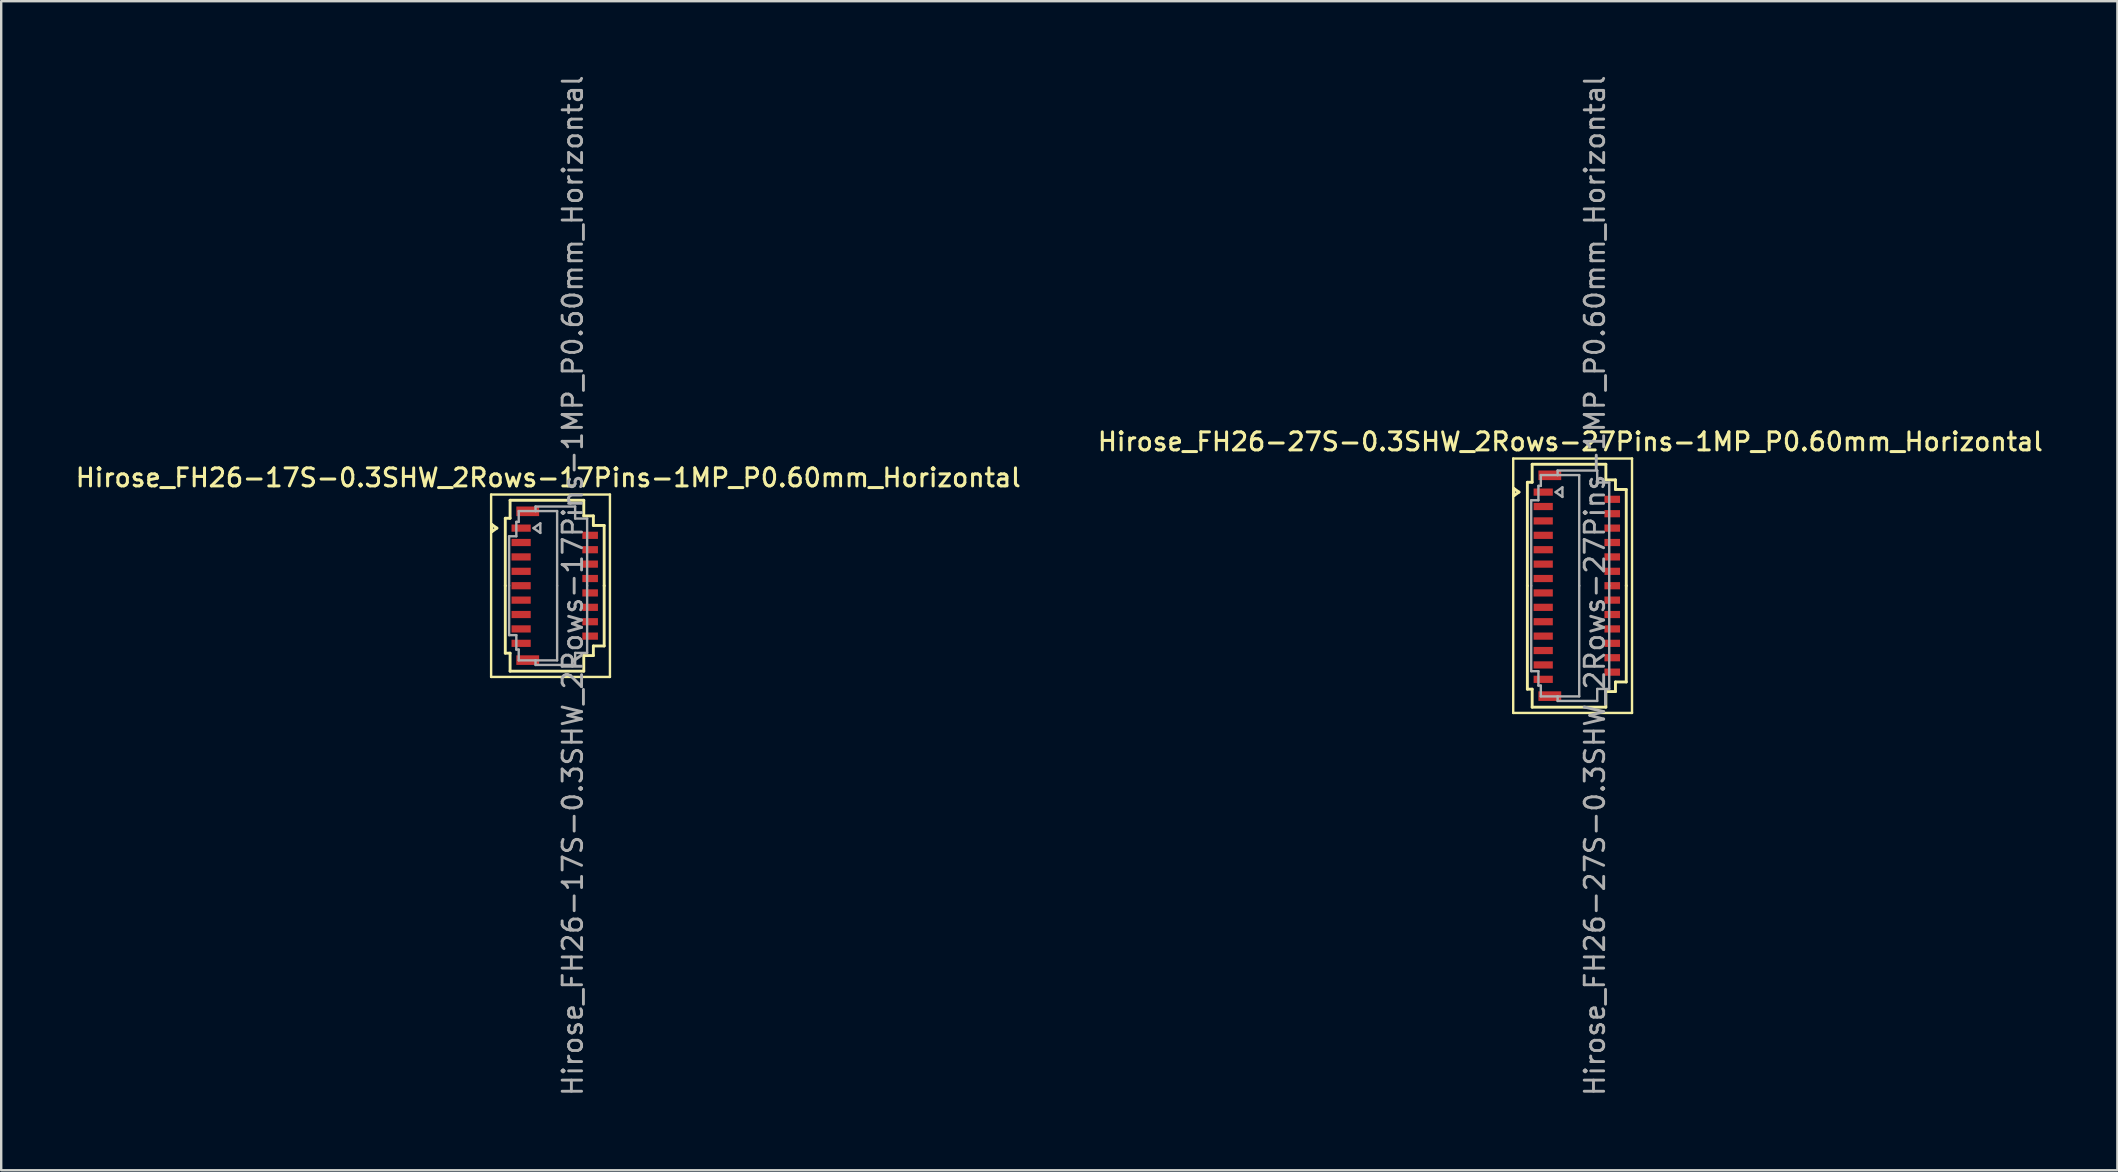
<source format=kicad_pcb>
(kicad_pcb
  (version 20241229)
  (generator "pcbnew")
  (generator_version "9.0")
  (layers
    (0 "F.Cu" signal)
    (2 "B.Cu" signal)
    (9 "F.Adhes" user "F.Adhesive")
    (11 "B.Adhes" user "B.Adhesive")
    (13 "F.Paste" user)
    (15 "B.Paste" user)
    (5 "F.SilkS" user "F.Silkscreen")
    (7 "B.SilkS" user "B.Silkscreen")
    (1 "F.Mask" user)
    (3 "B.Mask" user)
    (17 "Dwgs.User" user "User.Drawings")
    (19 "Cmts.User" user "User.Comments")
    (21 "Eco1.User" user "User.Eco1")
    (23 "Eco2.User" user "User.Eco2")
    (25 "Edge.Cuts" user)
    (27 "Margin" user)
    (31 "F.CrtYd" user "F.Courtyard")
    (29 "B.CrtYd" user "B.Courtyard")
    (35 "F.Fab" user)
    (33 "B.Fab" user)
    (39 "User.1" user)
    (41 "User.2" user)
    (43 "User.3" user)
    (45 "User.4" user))
  (footprint "Hirose_FH26-27S-0.3SHW_2Rows-27Pins-1MP_P0.60mm_Horizontal"
    (layer "F.Cu")
    (at 62.643 21.352)
    (property "Reference" "Hirose_FH26-27S-0.3SHW_2Rows-27Pins-1MP_P0.60mm_Horizontal" (at -0.27 -6 0) (layer "F.SilkS") (effects (font (size 0.75 0.75) (thickness 0.125))))
    (attr smd)
    (fp_line (start -2.65 -5.3) (end -2.65 5.3) (stroke (width 0.1) (type solid)) (layer "F.SilkS"))
    (fp_line (start -2.65 5.3) (end 2.3 5.3) (stroke (width 0.1) (type solid)) (layer "F.SilkS"))
    (fp_line (start -2.622 -4.05) (end -2.41 -3.9) (stroke (width 0.12) (type solid)) (layer "F.SilkS"))
    (fp_line (start -2.622 -3.75) (end -2.622 -4.05) (stroke (width 0.12) (type solid)) (layer "F.SilkS"))
    (fp_line (start -2.41 -3.9) (end -2.622 -3.75) (stroke (width 0.12) (type solid)) (layer "F.SilkS"))
    (fp_line (start -2.06 -4.31) (end -2.06 0) (stroke (width 0.12) (type solid)) (layer "F.SilkS"))
    (fp_line (start -2.06 4.31) (end -2.06 0) (stroke (width 0.12) (type solid)) (layer "F.SilkS"))
    (fp_line (start -1.86 -5.06) (end -1.86 -4.31) (stroke (width 0.12) (type solid)) (layer "F.SilkS"))
    (fp_line (start -1.86 -4.31) (end -2.06 -4.31) (stroke (width 0.12) (type solid)) (layer "F.SilkS"))
    (fp_line (start -1.86 4.31) (end -2.06 4.31) (stroke (width 0.12) (type solid)) (layer "F.SilkS"))
    (fp_line (start -1.86 5.06) (end -1.86 4.31) (stroke (width 0.12) (type solid)) (layer "F.SilkS"))
    (fp_line (start 1.21 -5.06) (end -1.86 -5.06) (stroke (width 0.12) (type solid)) (layer "F.SilkS"))
    (fp_line (start 1.21 -4.41) (end 1.21 -5.06) (stroke (width 0.12) (type solid)) (layer "F.SilkS"))
    (fp_line (start 1.21 4.41) (end 1.21 5.06) (stroke (width 0.12) (type solid)) (layer "F.SilkS"))
    (fp_line (start 1.21 5.06) (end -1.86 5.06) (stroke (width 0.12) (type solid)) (layer "F.SilkS"))
    (fp_line (start 1.61 -4.41) (end 1.21 -4.41) (stroke (width 0.12) (type solid)) (layer "F.SilkS"))
    (fp_line (start 1.61 -4.01) (end 1.61 -4.41) (stroke (width 0.12) (type solid)) (layer "F.SilkS"))
    (fp_line (start 1.61 4.01) (end 1.61 4.41) (stroke (width 0.12) (type solid)) (layer "F.SilkS"))
    (fp_line (start 1.61 4.41) (end 1.21 4.41) (stroke (width 0.12) (type solid)) (layer "F.SilkS"))
    (fp_line (start 2.06 -4.01) (end 1.61 -4.01) (stroke (width 0.12) (type solid)) (layer "F.SilkS"))
    (fp_line (start 2.06 0) (end 2.06 -4.01) (stroke (width 0.12) (type solid)) (layer "F.SilkS"))
    (fp_line (start 2.06 0) (end 2.06 4.01) (stroke (width 0.12) (type solid)) (layer "F.SilkS"))
    (fp_line (start 2.06 4.01) (end 1.61 4.01) (stroke (width 0.12) (type solid)) (layer "F.SilkS"))
    (fp_line (start 2.3 -5.3) (end -2.65 -5.3) (stroke (width 0.1) (type solid)) (layer "F.SilkS"))
    (fp_line (start 2.3 5.3) (end 2.3 -5.3) (stroke (width 0.1) (type solid)) (layer "F.SilkS"))
    (fp_line (start -1.9 -3.56) (end -1.6 -3.56) (stroke (width 0.1) (type solid)) (layer "F.Fab"))
    (fp_line (start -1.9 0) (end -1.9 -3.56) (stroke (width 0.1) (type solid)) (layer "F.Fab"))
    (fp_line (start -1.9 0) (end -1.9 3.56) (stroke (width 0.1) (type solid)) (layer "F.Fab"))
    (fp_line (start -1.9 3.56) (end -1.6 3.56) (stroke (width 0.1) (type solid)) (layer "F.Fab"))
    (fp_line (start -1.6 -4.16) (end -1.5 -4.16) (stroke (width 0.1) (type solid)) (layer "F.Fab"))
    (fp_line (start -1.6 -3.56) (end -1.6 -4.16) (stroke (width 0.1) (type solid)) (layer "F.Fab"))
    (fp_line (start -1.6 3.56) (end -1.6 4.16) (stroke (width 0.1) (type solid)) (layer "F.Fab"))
    (fp_line (start -1.6 4.16) (end -1.5 4.16) (stroke (width 0.1) (type solid)) (layer "F.Fab"))
    (fp_line (start -1.5 -4.61) (end -0.8 -4.61) (stroke (width 0.1) (type solid)) (layer "F.Fab"))
    (fp_line (start -1.5 -4.16) (end -1.5 -4.61) (stroke (width 0.1) (type solid)) (layer "F.Fab"))
    (fp_line (start -1.5 4.16) (end -1.5 4.61) (stroke (width 0.1) (type solid)) (layer "F.Fab"))
    (fp_line (start -1.5 4.61) (end -0.8 4.61) (stroke (width 0.1) (type solid)) (layer "F.Fab"))
    (fp_line (start -0.883 -3.9) (end -0.6 -3.7) (stroke (width 0.1) (type solid)) (layer "F.Fab"))
    (fp_line (start -0.8 -4.8) (end 0.85 -4.8) (stroke (width 0.1) (type solid)) (layer "F.Fab"))
    (fp_line (start -0.8 -4.61) (end -0.8 -4.8) (stroke (width 0.1) (type solid)) (layer "F.Fab"))
    (fp_line (start -0.8 4.61) (end -0.8 4.8) (stroke (width 0.1) (type solid)) (layer "F.Fab"))
    (fp_line (start -0.8 4.8) (end 0.85 4.8) (stroke (width 0.1) (type solid)) (layer "F.Fab"))
    (fp_line (start -0.6 -4.1) (end -0.883 -3.9) (stroke (width 0.1) (type solid)) (layer "F.Fab"))
    (fp_line (start -0.6 -3.7) (end -0.6 -4.1) (stroke (width 0.1) (type solid)) (layer "F.Fab"))
    (fp_line (start 0.1 -4.61) (end -0.8 -4.61) (stroke (width 0.1) (type solid)) (layer "F.Fab"))
    (fp_line (start 0.1 0) (end 0.1 -4.61) (stroke (width 0.1) (type solid)) (layer "F.Fab"))
    (fp_line (start 0.1 0) (end 0.1 4.61) (stroke (width 0.1) (type solid)) (layer "F.Fab"))
    (fp_line (start 0.1 4.61) (end -0.8 4.61) (stroke (width 0.1) (type solid)) (layer "F.Fab"))
    (fp_line (start 0.85 -4.8) (end 0.85 -4.3) (stroke (width 0.1) (type solid)) (layer "F.Fab"))
    (fp_line (start 0.85 -4.3) (end 1.35 -4.3) (stroke (width 0.1) (type solid)) (layer "F.Fab"))
    (fp_line (start 0.85 4.3) (end 1.35 4.3) (stroke (width 0.1) (type solid)) (layer "F.Fab"))
    (fp_line (start 0.85 4.8) (end 0.85 4.3) (stroke (width 0.1) (type solid)) (layer "F.Fab"))
    (fp_line (start 1.35 -4.3) (end 1.35 0) (stroke (width 0.1) (type solid)) (layer "F.Fab"))
    (fp_line (start 1.35 4.3) (end 1.35 0) (stroke (width 0.1) (type solid)) (layer "F.Fab"))
    (fp_text user "${REFERENCE}" (at 0.75 0 90) (layer "F.Fab") (effects (font (size 0.81 0.81) (thickness 0.12))))
    (pad "1" smd rect (at -1.4 -3.9) (size 0.8 0.3) (layers "F.Cu" "F.Mask" "F.Paste"))
    (pad "2" smd rect (at 1.475 -3.6) (size 0.65 0.3) (layers "F.Cu" "F.Mask" "F.Paste"))
    (pad "3" smd rect (at -1.4 -3.3) (size 0.8 0.3) (layers "F.Cu" "F.Mask" "F.Paste"))
    (pad "4" smd rect (at 1.475 -3) (size 0.65 0.3) (layers "F.Cu" "F.Mask" "F.Paste"))
    (pad "5" smd rect (at -1.4 -2.7) (size 0.8 0.3) (layers "F.Cu" "F.Mask" "F.Paste"))
    (pad "6" smd rect (at 1.475 -2.4) (size 0.65 0.3) (layers "F.Cu" "F.Mask" "F.Paste"))
    (pad "7" smd rect (at -1.4 -2.1) (size 0.8 0.3) (layers "F.Cu" "F.Mask" "F.Paste"))
    (pad "8" smd rect (at 1.475 -1.8) (size 0.65 0.3) (layers "F.Cu" "F.Mask" "F.Paste"))
    (pad "9" smd rect (at -1.4 -1.5) (size 0.8 0.3) (layers "F.Cu" "F.Mask" "F.Paste"))
    (pad "10" smd rect (at 1.475 -1.2) (size 0.65 0.3) (layers "F.Cu" "F.Mask" "F.Paste"))
    (pad "11" smd rect (at -1.4 -0.9) (size 0.8 0.3) (layers "F.Cu" "F.Mask" "F.Paste"))
    (pad "12" smd rect (at 1.475 -0.6) (size 0.65 0.3) (layers "F.Cu" "F.Mask" "F.Paste"))
    (pad "13" smd rect (at -1.4 -0.3) (size 0.8 0.3) (layers "F.Cu" "F.Mask" "F.Paste"))
    (pad "14" smd rect (at 1.475 0) (size 0.65 0.3) (layers "F.Cu" "F.Mask" "F.Paste"))
    (pad "15" smd rect (at -1.4 0.3) (size 0.8 0.3) (layers "F.Cu" "F.Mask" "F.Paste"))
    (pad "16" smd rect (at 1.475 0.6) (size 0.65 0.3) (layers "F.Cu" "F.Mask" "F.Paste"))
    (pad "17" smd rect (at -1.4 0.9) (size 0.8 0.3) (layers "F.Cu" "F.Mask" "F.Paste"))
    (pad "18" smd rect (at 1.475 1.2) (size 0.65 0.3) (layers "F.Cu" "F.Mask" "F.Paste"))
    (pad "19" smd rect (at -1.4 1.5) (size 0.8 0.3) (layers "F.Cu" "F.Mask" "F.Paste"))
    (pad "20" smd rect (at 1.475 1.8) (size 0.65 0.3) (layers "F.Cu" "F.Mask" "F.Paste"))
    (pad "21" smd rect (at -1.4 2.1) (size 0.8 0.3) (layers "F.Cu" "F.Mask" "F.Paste"))
    (pad "22" smd rect (at 1.475 2.4) (size 0.65 0.3) (layers "F.Cu" "F.Mask" "F.Paste"))
    (pad "23" smd rect (at -1.4 2.7) (size 0.8 0.3) (layers "F.Cu" "F.Mask" "F.Paste"))
    (pad "24" smd rect (at 1.475 3) (size 0.65 0.3) (layers "F.Cu" "F.Mask" "F.Paste"))
    (pad "25" smd rect (at -1.4 3.3) (size 0.8 0.3) (layers "F.Cu" "F.Mask" "F.Paste"))
    (pad "26" smd rect (at 1.475 3.6) (size 0.65 0.3) (layers "F.Cu" "F.Mask" "F.Paste"))
    (pad "27" smd rect (at -1.4 3.9) (size 0.8 0.3) (layers "F.Cu" "F.Mask" "F.Paste"))
    (pad "MP" smd rect (at -1.125 -4.6) (size 0.95 0.4) (layers "F.Cu" "F.Mask" "F.Paste"))
    (pad "MP" smd rect (at -1.125 4.6) (size 0.95 0.4) (layers "F.Cu" "F.Mask" "F.Paste")))
  (footprint "Hirose_FH26-17S-0.3SHW_2Rows-17Pins-1MP_P0.60mm_Horizontal"
    (layer "F.Cu")
    (at 20.061 21.352)
    (property "Reference" "Hirose_FH26-17S-0.3SHW_2Rows-17Pins-1MP_P0.60mm_Horizontal" (at -0.27 -4.5 0) (layer "F.SilkS") (effects (font (size 0.75 0.75) (thickness 0.125))))
    (attr smd)
    (fp_line (start -2.65 -3.8) (end -2.65 3.8) (stroke (width 0.1) (type solid)) (layer "F.SilkS"))
    (fp_line (start -2.65 3.8) (end 2.3 3.8) (stroke (width 0.1) (type solid)) (layer "F.SilkS"))
    (fp_line (start -2.622 -2.55) (end -2.41 -2.4) (stroke (width 0.12) (type solid)) (layer "F.SilkS"))
    (fp_line (start -2.622 -2.25) (end -2.622 -2.55) (stroke (width 0.12) (type solid)) (layer "F.SilkS"))
    (fp_line (start -2.41 -2.4) (end -2.622 -2.25) (stroke (width 0.12) (type solid)) (layer "F.SilkS"))
    (fp_line (start -2.06 -2.81) (end -2.06 0) (stroke (width 0.12) (type solid)) (layer "F.SilkS"))
    (fp_line (start -2.06 2.81) (end -2.06 0) (stroke (width 0.12) (type solid)) (layer "F.SilkS"))
    (fp_line (start -1.86 -3.56) (end -1.86 -2.81) (stroke (width 0.12) (type solid)) (layer "F.SilkS"))
    (fp_line (start -1.86 -2.81) (end -2.06 -2.81) (stroke (width 0.12) (type solid)) (layer "F.SilkS"))
    (fp_line (start -1.86 2.81) (end -2.06 2.81) (stroke (width 0.12) (type solid)) (layer "F.SilkS"))
    (fp_line (start -1.86 3.56) (end -1.86 2.81) (stroke (width 0.12) (type solid)) (layer "F.SilkS"))
    (fp_line (start 1.21 -3.56) (end -1.86 -3.56) (stroke (width 0.12) (type solid)) (layer "F.SilkS"))
    (fp_line (start 1.21 -2.91) (end 1.21 -3.56) (stroke (width 0.12) (type solid)) (layer "F.SilkS"))
    (fp_line (start 1.21 2.91) (end 1.21 3.56) (stroke (width 0.12) (type solid)) (layer "F.SilkS"))
    (fp_line (start 1.21 3.56) (end -1.86 3.56) (stroke (width 0.12) (type solid)) (layer "F.SilkS"))
    (fp_line (start 1.61 -2.91) (end 1.21 -2.91) (stroke (width 0.12) (type solid)) (layer "F.SilkS"))
    (fp_line (start 1.61 -2.51) (end 1.61 -2.91) (stroke (width 0.12) (type solid)) (layer "F.SilkS"))
    (fp_line (start 1.61 2.51) (end 1.61 2.91) (stroke (width 0.12) (type solid)) (layer "F.SilkS"))
    (fp_line (start 1.61 2.91) (end 1.21 2.91) (stroke (width 0.12) (type solid)) (layer "F.SilkS"))
    (fp_line (start 2.06 -2.51) (end 1.61 -2.51) (stroke (width 0.12) (type solid)) (layer "F.SilkS"))
    (fp_line (start 2.06 0) (end 2.06 -2.51) (stroke (width 0.12) (type solid)) (layer "F.SilkS"))
    (fp_line (start 2.06 0) (end 2.06 2.51) (stroke (width 0.12) (type solid)) (layer "F.SilkS"))
    (fp_line (start 2.06 2.51) (end 1.61 2.51) (stroke (width 0.12) (type solid)) (layer "F.SilkS"))
    (fp_line (start 2.3 -3.8) (end -2.65 -3.8) (stroke (width 0.1) (type solid)) (layer "F.SilkS"))
    (fp_line (start 2.3 3.8) (end 2.3 -3.8) (stroke (width 0.1) (type solid)) (layer "F.SilkS"))
    (fp_line (start -1.9 -2.06) (end -1.6 -2.06) (stroke (width 0.1) (type solid)) (layer "F.Fab"))
    (fp_line (start -1.9 0) (end -1.9 -2.06) (stroke (width 0.1) (type solid)) (layer "F.Fab"))
    (fp_line (start -1.9 0) (end -1.9 2.06) (stroke (width 0.1) (type solid)) (layer "F.Fab"))
    (fp_line (start -1.9 2.06) (end -1.6 2.06) (stroke (width 0.1) (type solid)) (layer "F.Fab"))
    (fp_line (start -1.6 -2.66) (end -1.5 -2.66) (stroke (width 0.1) (type solid)) (layer "F.Fab"))
    (fp_line (start -1.6 -2.06) (end -1.6 -2.66) (stroke (width 0.1) (type solid)) (layer "F.Fab"))
    (fp_line (start -1.6 2.06) (end -1.6 2.66) (stroke (width 0.1) (type solid)) (layer "F.Fab"))
    (fp_line (start -1.6 2.66) (end -1.5 2.66) (stroke (width 0.1) (type solid)) (layer "F.Fab"))
    (fp_line (start -1.5 -3.11) (end -0.8 -3.11) (stroke (width 0.1) (type solid)) (layer "F.Fab"))
    (fp_line (start -1.5 -2.66) (end -1.5 -3.11) (stroke (width 0.1) (type solid)) (layer "F.Fab"))
    (fp_line (start -1.5 2.66) (end -1.5 3.11) (stroke (width 0.1) (type solid)) (layer "F.Fab"))
    (fp_line (start -1.5 3.11) (end -0.8 3.11) (stroke (width 0.1) (type solid)) (layer "F.Fab"))
    (fp_line (start -0.883 -2.4) (end -0.6 -2.2) (stroke (width 0.1) (type solid)) (layer "F.Fab"))
    (fp_line (start -0.8 -3.3) (end 0.85 -3.3) (stroke (width 0.1) (type solid)) (layer "F.Fab"))
    (fp_line (start -0.8 -3.11) (end -0.8 -3.3) (stroke (width 0.1) (type solid)) (layer "F.Fab"))
    (fp_line (start -0.8 3.11) (end -0.8 3.3) (stroke (width 0.1) (type solid)) (layer "F.Fab"))
    (fp_line (start -0.8 3.3) (end 0.85 3.3) (stroke (width 0.1) (type solid)) (layer "F.Fab"))
    (fp_line (start -0.6 -2.6) (end -0.883 -2.4) (stroke (width 0.1) (type solid)) (layer "F.Fab"))
    (fp_line (start -0.6 -2.2) (end -0.6 -2.6) (stroke (width 0.1) (type solid)) (layer "F.Fab"))
    (fp_line (start 0.1 -3.11) (end -0.8 -3.11) (stroke (width 0.1) (type solid)) (layer "F.Fab"))
    (fp_line (start 0.1 0) (end 0.1 -3.11) (stroke (width 0.1) (type solid)) (layer "F.Fab"))
    (fp_line (start 0.1 0) (end 0.1 3.11) (stroke (width 0.1) (type solid)) (layer "F.Fab"))
    (fp_line (start 0.1 3.11) (end -0.8 3.11) (stroke (width 0.1) (type solid)) (layer "F.Fab"))
    (fp_line (start 0.85 -3.3) (end 0.85 -2.8) (stroke (width 0.1) (type solid)) (layer "F.Fab"))
    (fp_line (start 0.85 -2.8) (end 1.35 -2.8) (stroke (width 0.1) (type solid)) (layer "F.Fab"))
    (fp_line (start 0.85 2.8) (end 1.35 2.8) (stroke (width 0.1) (type solid)) (layer "F.Fab"))
    (fp_line (start 0.85 3.3) (end 0.85 2.8) (stroke (width 0.1) (type solid)) (layer "F.Fab"))
    (fp_line (start 1.35 -2.8) (end 1.35 0) (stroke (width 0.1) (type solid)) (layer "F.Fab"))
    (fp_line (start 1.35 2.8) (end 1.35 0) (stroke (width 0.1) (type solid)) (layer "F.Fab"))
    (fp_text user "${REFERENCE}" (at 0.75 0 90) (layer "F.Fab") (effects (font (size 0.81 0.81) (thickness 0.12))))
    (pad "1" smd rect (at -1.4 -2.4) (size 0.8 0.3) (layers "F.Cu" "F.Mask" "F.Paste"))
    (pad "2" smd rect (at 1.475 -2.1) (size 0.65 0.3) (layers "F.Cu" "F.Mask" "F.Paste"))
    (pad "3" smd rect (at -1.4 -1.8) (size 0.8 0.3) (layers "F.Cu" "F.Mask" "F.Paste"))
    (pad "4" smd rect (at 1.475 -1.5) (size 0.65 0.3) (layers "F.Cu" "F.Mask" "F.Paste"))
    (pad "5" smd rect (at -1.4 -1.2) (size 0.8 0.3) (layers "F.Cu" "F.Mask" "F.Paste"))
    (pad "6" smd rect (at 1.475 -0.9) (size 0.65 0.3) (layers "F.Cu" "F.Mask" "F.Paste"))
    (pad "7" smd rect (at -1.4 -0.6) (size 0.8 0.3) (layers "F.Cu" "F.Mask" "F.Paste"))
    (pad "8" smd rect (at 1.475 -0.3) (size 0.65 0.3) (layers "F.Cu" "F.Mask" "F.Paste"))
    (pad "9" smd rect (at -1.4 0) (size 0.8 0.3) (layers "F.Cu" "F.Mask" "F.Paste"))
    (pad "10" smd rect (at 1.475 0.3) (size 0.65 0.3) (layers "F.Cu" "F.Mask" "F.Paste"))
    (pad "11" smd rect (at -1.4 0.6) (size 0.8 0.3) (layers "F.Cu" "F.Mask" "F.Paste"))
    (pad "12" smd rect (at 1.475 0.9) (size 0.65 0.3) (layers "F.Cu" "F.Mask" "F.Paste"))
    (pad "13" smd rect (at -1.4 1.2) (size 0.8 0.3) (layers "F.Cu" "F.Mask" "F.Paste"))
    (pad "14" smd rect (at 1.475 1.5) (size 0.65 0.3) (layers "F.Cu" "F.Mask" "F.Paste"))
    (pad "15" smd rect (at -1.4 1.8) (size 0.8 0.3) (layers "F.Cu" "F.Mask" "F.Paste"))
    (pad "16" smd rect (at 1.475 2.1) (size 0.65 0.3) (layers "F.Cu" "F.Mask" "F.Paste"))
    (pad "17" smd rect (at -1.4 2.4) (size 0.8 0.3) (layers "F.Cu" "F.Mask" "F.Paste"))
    (pad "MP" smd rect (at -1.125 -3.1) (size 0.95 0.4) (layers "F.Cu" "F.Mask" "F.Paste"))
    (pad "MP" smd rect (at -1.125 3.1) (size 0.95 0.4) (layers "F.Cu" "F.Mask" "F.Paste")))
  (gr_rect
    (start -3 -3)
    (end 85.164 45.704)
    (stroke (width 0.1) (type default))
    (fill no)
    (layer "Edge.Cuts")))
</source>
